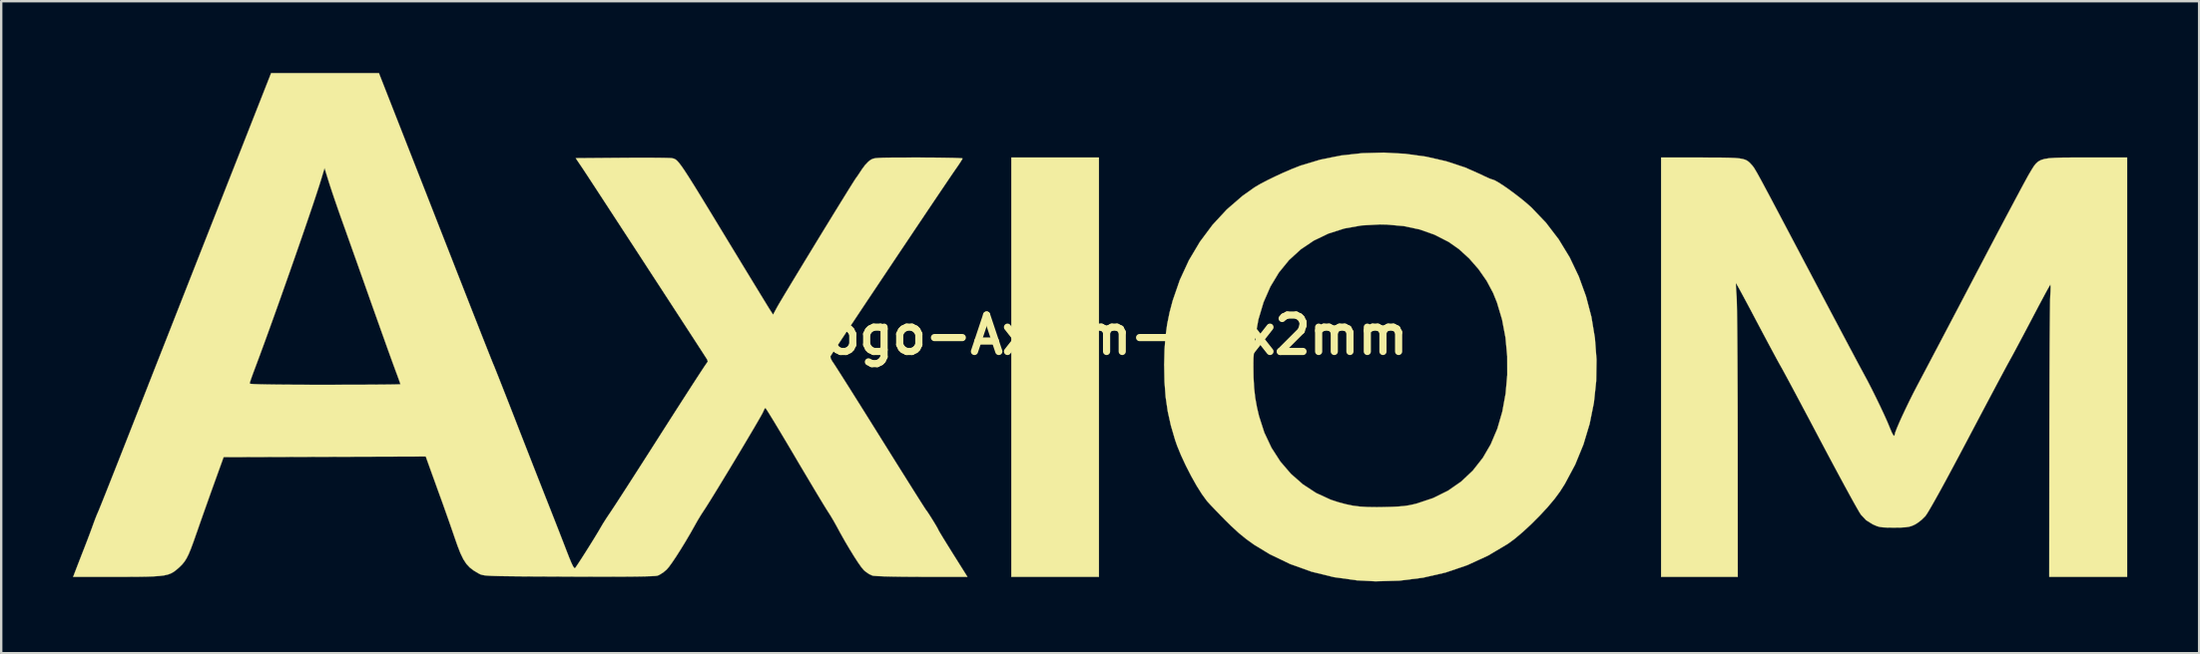
<source format=kicad_pcb>
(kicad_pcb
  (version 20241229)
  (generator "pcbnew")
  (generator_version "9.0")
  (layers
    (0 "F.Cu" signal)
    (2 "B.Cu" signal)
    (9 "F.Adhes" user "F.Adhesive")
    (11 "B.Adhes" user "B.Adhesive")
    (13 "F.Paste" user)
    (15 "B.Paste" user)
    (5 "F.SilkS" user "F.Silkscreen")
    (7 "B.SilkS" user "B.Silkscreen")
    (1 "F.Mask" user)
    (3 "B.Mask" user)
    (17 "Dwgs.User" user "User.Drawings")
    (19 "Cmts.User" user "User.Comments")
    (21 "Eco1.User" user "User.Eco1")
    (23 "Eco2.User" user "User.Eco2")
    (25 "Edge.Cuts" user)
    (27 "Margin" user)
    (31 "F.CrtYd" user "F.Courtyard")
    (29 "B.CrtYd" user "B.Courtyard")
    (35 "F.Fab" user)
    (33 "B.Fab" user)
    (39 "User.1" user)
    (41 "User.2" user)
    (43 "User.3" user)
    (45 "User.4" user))
  (footprint "logo-Axiom-87x2mm"
    (layer "F.Cu")
    (at 43.184 10.952)
    (property "Reference" "logo-Axiom-87x2mm" (at 0 0 0) (layer "F.SilkS") (effects (font (size 1.524 1.524) (thickness 0.3))))
    (attr through_hole)
    (fp_poly (pts (xy -0.356 10.109) (xy -4.013 10.109) (xy -4.013 -7.417) (xy -0.356 -7.417) (xy -0.356 10.109)) (stroke (width 0.01) (type solid)) (fill yes) (layer "F.SilkS"))
    (fp_poly (pts (xy 12.425 -7.574) (xy 13.3 -7.454) (xy 14.141 -7.262) (xy 14.936 -7) (xy 15.556 -6.725) (xy 15.753 -6.63) (xy 15.918 -6.555) (xy 16.029 -6.51) (xy 16.06 -6.502) (xy 16.153 -6.471) (xy 16.308 -6.386) (xy 16.51 -6.257) (xy 16.743 -6.096) (xy 16.993 -5.912) (xy 17.243 -5.719) (xy 17.479 -5.525) (xy 17.685 -5.344) (xy 17.699 -5.331) (xy 18.306 -4.695) (xy 18.839 -3.997) (xy 19.296 -3.246) (xy 19.676 -2.449) (xy 19.979 -1.615) (xy 20.205 -0.753) (xy 20.351 0.131) (xy 20.418 1.027) (xy 20.404 1.928) (xy 20.309 2.826) (xy 20.131 3.712) (xy 19.871 4.578) (xy 19.527 5.417) (xy 19.099 6.219) (xy 18.891 6.547) (xy 18.665 6.853) (xy 18.377 7.196) (xy 18.045 7.554) (xy 17.691 7.909) (xy 17.335 8.239) (xy 16.997 8.524) (xy 16.715 8.731) (xy 15.891 9.221) (xy 15.023 9.621) (xy 14.115 9.93) (xy 13.171 10.146) (xy 12.194 10.269) (xy 11.19 10.297) (xy 10.414 10.256) (xy 9.451 10.122) (xy 8.521 9.894) (xy 7.627 9.573) (xy 6.776 9.163) (xy 6.123 8.766) (xy 5.807 8.54) (xy 5.498 8.289) (xy 5.173 7.991) (xy 4.918 7.739) (xy 4.701 7.518) (xy 4.501 7.311) (xy 4.331 7.133) (xy 4.208 7) (xy 4.15 6.934) (xy 3.944 6.651) (xy 3.72 6.295) (xy 3.493 5.89) (xy 3.273 5.46) (xy 3.073 5.03) (xy 2.907 4.624) (xy 2.827 4.394) (xy 2.649 3.786) (xy 2.518 3.196) (xy 2.43 2.596) (xy 2.382 1.957) (xy 2.369 1.251) (xy 6.091 1.251) (xy 6.098 1.768) (xy 6.123 2.215) (xy 6.169 2.624) (xy 6.241 3.023) (xy 6.326 3.387) (xy 6.548 4.078) (xy 6.848 4.715) (xy 7.219 5.292) (xy 7.658 5.803) (xy 8.158 6.243) (xy 8.713 6.606) (xy 9.319 6.885) (xy 9.641 6.991) (xy 9.952 7.074) (xy 10.241 7.134) (xy 10.535 7.172) (xy 10.861 7.192) (xy 11.244 7.197) (xy 11.532 7.193) (xy 11.885 7.184) (xy 12.162 7.17) (xy 12.386 7.15) (xy 12.583 7.121) (xy 12.777 7.08) (xy 12.909 7.047) (xy 13.593 6.819) (xy 14.212 6.513) (xy 14.766 6.129) (xy 15.254 5.669) (xy 15.674 5.133) (xy 16.001 4.572) (xy 16.278 3.918) (xy 16.485 3.206) (xy 16.623 2.452) (xy 16.692 1.674) (xy 16.69 0.887) (xy 16.618 0.108) (xy 16.475 -0.647) (xy 16.262 -1.36) (xy 16.1 -1.761) (xy 15.831 -2.265) (xy 15.492 -2.752) (xy 15.101 -3.2) (xy 14.676 -3.588) (xy 14.244 -3.891) (xy 13.653 -4.193) (xy 13.033 -4.412) (xy 12.371 -4.552) (xy 11.655 -4.616) (xy 11.379 -4.622) (xy 10.608 -4.579) (xy 9.888 -4.451) (xy 9.224 -4.239) (xy 8.616 -3.947) (xy 8.068 -3.577) (xy 7.581 -3.131) (xy 7.159 -2.613) (xy 6.804 -2.025) (xy 6.517 -1.37) (xy 6.302 -0.65) (xy 6.161 0.132) (xy 6.095 0.974) (xy 6.091 1.251) (xy 2.369 1.251) (xy 2.369 1.251) (xy 2.369 1.219) (xy 2.384 0.606) (xy 2.424 0.062) (xy 2.493 -0.446) (xy 2.595 -0.947) (xy 2.723 -1.432) (xy 3.022 -2.3) (xy 3.402 -3.123) (xy 3.86 -3.894) (xy 4.389 -4.604) (xy 4.985 -5.248) (xy 5.641 -5.816) (xy 6.147 -6.174) (xy 6.37 -6.306) (xy 6.663 -6.46) (xy 7 -6.625) (xy 7.356 -6.789) (xy 7.704 -6.939) (xy 8.019 -7.063) (xy 8.077 -7.084) (xy 8.895 -7.33) (xy 9.753 -7.502) (xy 10.637 -7.599) (xy 11.533 -7.623) (xy 12.425 -7.574)) (stroke (width 0.01) (type solid)) (fill yes) (layer "F.SilkS"))
    (fp_poly (pts (xy 40.885 -7.417) (xy 42.57 -7.417) (xy 42.57 10.109) (xy 39.319 10.109) (xy 39.324 4.483) (xy 39.325 3.725) (xy 39.327 2.987) (xy 39.329 2.279) (xy 39.331 1.606) (xy 39.334 0.975) (xy 39.337 0.395) (xy 39.341 -0.127) (xy 39.345 -0.585) (xy 39.349 -0.971) (xy 39.353 -1.278) (xy 39.357 -1.499) (xy 39.362 -1.626) (xy 39.362 -1.634) (xy 39.373 -1.84) (xy 39.376 -1.999) (xy 39.37 -2.09) (xy 39.363 -2.104) (xy 39.332 -2.055) (xy 39.26 -1.928) (xy 39.153 -1.733) (xy 39.019 -1.482) (xy 38.861 -1.186) (xy 38.688 -0.856) (xy 38.632 -0.75) (xy 38.439 -0.382) (xy 38.247 -0.019) (xy 38.065 0.324) (xy 37.902 0.63) (xy 37.767 0.88) (xy 37.668 1.059) (xy 37.664 1.067) (xy 37.592 1.197) (xy 37.478 1.409) (xy 37.327 1.691) (xy 37.143 2.036) (xy 36.932 2.434) (xy 36.698 2.875) (xy 36.447 3.35) (xy 36.183 3.851) (xy 35.911 4.367) (xy 35.871 4.443) (xy 35.542 5.065) (xy 35.241 5.629) (xy 34.971 6.132) (xy 34.733 6.568) (xy 34.53 6.932) (xy 34.365 7.221) (xy 34.241 7.43) (xy 34.159 7.554) (xy 34.143 7.574) (xy 33.985 7.73) (xy 33.801 7.869) (xy 33.695 7.931) (xy 33.576 7.983) (xy 33.458 8.017) (xy 33.315 8.038) (xy 33.121 8.048) (xy 32.852 8.051) (xy 32.842 8.051) (xy 32.577 8.049) (xy 32.387 8.042) (xy 32.246 8.024) (xy 32.128 7.991) (xy 32.005 7.939) (xy 31.939 7.907) (xy 31.677 7.744) (xy 31.468 7.523) (xy 31.451 7.501) (xy 31.393 7.41) (xy 31.293 7.237) (xy 31.155 6.992) (xy 30.984 6.682) (xy 30.785 6.317) (xy 30.562 5.904) (xy 30.32 5.453) (xy 30.064 4.973) (xy 29.798 4.47) (xy 29.771 4.42) (xy 29.505 3.915) (xy 29.249 3.431) (xy 29.007 2.976) (xy 28.785 2.557) (xy 28.586 2.185) (xy 28.416 1.867) (xy 28.278 1.612) (xy 28.179 1.429) (xy 28.121 1.326) (xy 28.118 1.321) (xy 28.055 1.21) (xy 27.952 1.022) (xy 27.816 0.769) (xy 27.652 0.464) (xy 27.468 0.119) (xy 27.27 -0.254) (xy 27.101 -0.573) (xy 26.906 -0.944) (xy 26.725 -1.284) (xy 26.565 -1.583) (xy 26.431 -1.831) (xy 26.328 -2.019) (xy 26.261 -2.136) (xy 26.237 -2.174) (xy 26.235 -2.12) (xy 26.24 -1.987) (xy 26.252 -1.794) (xy 26.266 -1.6) (xy 26.272 -1.474) (xy 26.277 -1.254) (xy 26.283 -0.946) (xy 26.288 -0.56) (xy 26.293 -0.101) (xy 26.297 0.422) (xy 26.301 1.003) (xy 26.304 1.633) (xy 26.307 2.306) (xy 26.31 3.014) (xy 26.311 3.75) (xy 26.312 4.506) (xy 26.312 4.534) (xy 26.314 10.109) (xy 23.114 10.109) (xy 23.114 -7.417) (xy 24.767 -7.417) (xy 25.251 -7.416) (xy 25.644 -7.414) (xy 25.958 -7.408) (xy 26.204 -7.397) (xy 26.393 -7.379) (xy 26.536 -7.353) (xy 26.644 -7.318) (xy 26.728 -7.272) (xy 26.8 -7.213) (xy 26.87 -7.14) (xy 26.878 -7.131) (xy 26.906 -7.101) (xy 26.931 -7.072) (xy 26.958 -7.037) (xy 26.99 -6.992) (xy 27.028 -6.931) (xy 27.077 -6.848) (xy 27.14 -6.739) (xy 27.219 -6.596) (xy 27.317 -6.416) (xy 27.437 -6.192) (xy 27.583 -5.919) (xy 27.757 -5.591) (xy 27.962 -5.203) (xy 28.201 -4.75) (xy 28.478 -4.225) (xy 28.795 -3.624) (xy 29.155 -2.94) (xy 29.313 -2.642) (xy 29.622 -2.055) (xy 29.923 -1.484) (xy 30.212 -0.937) (xy 30.486 -0.42) (xy 30.739 0.058) (xy 30.967 0.488) (xy 31.167 0.864) (xy 31.333 1.177) (xy 31.463 1.419) (xy 31.551 1.582) (xy 31.575 1.626) (xy 31.735 1.924) (xy 31.911 2.267) (xy 32.092 2.632) (xy 32.269 2.998) (xy 32.43 3.343) (xy 32.565 3.644) (xy 32.663 3.88) (xy 32.67 3.899) (xy 32.747 4.081) (xy 32.809 4.191) (xy 32.852 4.221) (xy 32.868 4.164) (xy 32.868 4.162) (xy 32.89 4.073) (xy 32.953 3.908) (xy 33.049 3.682) (xy 33.172 3.408) (xy 33.316 3.101) (xy 33.474 2.774) (xy 33.639 2.442) (xy 33.806 2.12) (xy 33.866 2.007) (xy 33.967 1.815) (xy 34.111 1.543) (xy 34.292 1.199) (xy 34.506 0.792) (xy 34.749 0.331) (xy 35.014 -0.174) (xy 35.298 -0.715) (xy 35.596 -1.283) (xy 35.903 -1.869) (xy 36.214 -2.463) (xy 36.281 -2.591) (xy 36.586 -3.172) (xy 36.882 -3.736) (xy 37.166 -4.276) (xy 37.434 -4.783) (xy 37.682 -5.25) (xy 37.905 -5.669) (xy 38.098 -6.032) (xy 38.259 -6.331) (xy 38.383 -6.559) (xy 38.466 -6.707) (xy 38.484 -6.739) (xy 38.585 -6.909) (xy 38.672 -7.048) (xy 38.758 -7.159) (xy 38.853 -7.245) (xy 38.969 -7.31) (xy 39.116 -7.356) (xy 39.306 -7.386) (xy 39.55 -7.404) (xy 39.858 -7.414) (xy 40.243 -7.417) (xy 40.714 -7.417) (xy 40.885 -7.417)) (stroke (width 0.01) (type solid)) (fill yes) (layer "F.SilkS"))
    (fp_poly (pts (xy -29.54 -8.712) (xy -29.373 -8.286) (xy -29.175 -7.78) (xy -28.95 -7.207) (xy -28.705 -6.581) (xy -28.444 -5.916) (xy -28.174 -5.225) (xy -27.9 -4.524) (xy -27.626 -3.825) (xy -27.359 -3.144) (xy -27.183 -2.692) (xy -26.95 -2.099) (xy -26.727 -1.53) (xy -26.517 -0.993) (xy -26.321 -0.496) (xy -26.145 -0.047) (xy -25.989 0.348) (xy -25.857 0.681) (xy -25.753 0.944) (xy -25.679 1.129) (xy -25.637 1.231) (xy -25.631 1.245) (xy -25.598 1.323) (xy -25.533 1.486) (xy -25.439 1.722) (xy -25.321 2.022) (xy -25.182 2.375) (xy -25.027 2.77) (xy -24.86 3.197) (xy -24.74 3.505) (xy -24.546 4.005) (xy -24.342 4.527) (xy -24.136 5.054) (xy -23.936 5.565) (xy -23.749 6.042) (xy -23.582 6.466) (xy -23.444 6.819) (xy -23.418 6.883) (xy -23.262 7.279) (xy -23.098 7.696) (xy -22.936 8.11) (xy -22.786 8.495) (xy -22.658 8.825) (xy -22.599 8.98) (xy -22.478 9.289) (xy -22.386 9.511) (xy -22.317 9.656) (xy -22.268 9.732) (xy -22.234 9.749) (xy -22.223 9.742) (xy -22.172 9.672) (xy -22.079 9.533) (xy -21.955 9.342) (xy -21.81 9.115) (xy -21.656 8.871) (xy -21.504 8.627) (xy -21.364 8.399) (xy -21.247 8.206) (xy -21.164 8.063) (xy -21.155 8.047) (xy -21.06 7.886) (xy -20.93 7.681) (xy -20.789 7.469) (xy -20.753 7.417) (xy -20.681 7.308) (xy -20.559 7.123) (xy -20.393 6.868) (xy -20.189 6.552) (xy -19.951 6.183) (xy -19.686 5.77) (xy -19.398 5.321) (xy -19.093 4.844) (xy -18.776 4.347) (xy -18.647 4.144) (xy -18.333 3.652) (xy -18.034 3.184) (xy -17.754 2.748) (xy -17.499 2.351) (xy -17.272 1.999) (xy -17.078 1.701) (xy -16.923 1.463) (xy -16.81 1.292) (xy -16.745 1.197) (xy -16.731 1.179) (xy -16.685 1.109) (xy -16.708 1.029) (xy -16.728 0.998) (xy -16.815 0.862) (xy -16.95 0.653) (xy -17.128 0.378) (xy -17.343 0.047) (xy -17.591 -0.335) (xy -17.866 -0.759) (xy -18.164 -1.217) (xy -18.479 -1.702) (xy -18.806 -2.205) (xy -19.141 -2.719) (xy -19.477 -3.237) (xy -19.811 -3.75) (xy -20.138 -4.251) (xy -20.451 -4.732) (xy -20.746 -5.184) (xy -21.018 -5.602) (xy -21.262 -5.976) (xy -21.473 -6.299) (xy -21.645 -6.562) (xy -21.775 -6.76) (xy -21.856 -6.883) (xy -21.873 -6.909) (xy -22.198 -7.391) (xy -20.281 -7.406) (xy -19.843 -7.409) (xy -19.431 -7.41) (xy -19.059 -7.409) (xy -18.738 -7.407) (xy -18.481 -7.403) (xy -18.299 -7.398) (xy -18.207 -7.392) (xy -18.204 -7.392) (xy -18.151 -7.383) (xy -18.103 -7.371) (xy -18.056 -7.351) (xy -18.006 -7.318) (xy -17.949 -7.265) (xy -17.881 -7.187) (xy -17.798 -7.079) (xy -17.697 -6.935) (xy -17.574 -6.748) (xy -17.424 -6.514) (xy -17.244 -6.227) (xy -17.031 -5.881) (xy -16.78 -5.47) (xy -16.487 -4.989) (xy -16.149 -4.432) (xy -15.787 -3.835) (xy -15.5 -3.363) (xy -15.226 -2.911) (xy -14.969 -2.489) (xy -14.735 -2.105) (xy -14.529 -1.767) (xy -14.356 -1.484) (xy -14.221 -1.263) (xy -14.129 -1.114) (xy -14.087 -1.047) (xy -13.959 -0.849) (xy -13.798 -1.148) (xy -13.741 -1.249) (xy -13.638 -1.424) (xy -13.495 -1.664) (xy -13.318 -1.958) (xy -13.113 -2.298) (xy -12.885 -2.674) (xy -12.641 -3.077) (xy -12.385 -3.497) (xy -12.125 -3.925) (xy -11.865 -4.351) (xy -11.611 -4.765) (xy -11.37 -5.159) (xy -11.146 -5.522) (xy -10.946 -5.846) (xy -10.776 -6.121) (xy -10.641 -6.336) (xy -10.548 -6.484) (xy -10.501 -6.553) (xy -10.419 -6.668) (xy -10.313 -6.827) (xy -10.244 -6.932) (xy -10.123 -7.096) (xy -9.986 -7.24) (xy -9.911 -7.301) (xy -9.864 -7.331) (xy -9.816 -7.355) (xy -9.755 -7.375) (xy -9.672 -7.39) (xy -9.555 -7.4) (xy -9.394 -7.408) (xy -9.178 -7.413) (xy -8.897 -7.415) (xy -8.539 -7.416) (xy -8.095 -7.417) (xy -7.892 -7.417) (xy -7.47 -7.416) (xy -7.083 -7.413) (xy -6.74 -7.408) (xy -6.454 -7.403) (xy -6.236 -7.395) (xy -6.097 -7.387) (xy -6.048 -7.379) (xy -6.048 -7.379) (xy -6.077 -7.324) (xy -6.152 -7.205) (xy -6.261 -7.042) (xy -6.354 -6.909) (xy -6.443 -6.779) (xy -6.579 -6.58) (xy -6.756 -6.317) (xy -6.97 -6) (xy -7.216 -5.635) (xy -7.489 -5.229) (xy -7.784 -4.789) (xy -8.096 -4.324) (xy -8.42 -3.839) (xy -8.753 -3.343) (xy -9.087 -2.842) (xy -9.42 -2.343) (xy -9.746 -1.855) (xy -10.06 -1.385) (xy -10.357 -0.938) (xy -10.632 -0.524) (xy -10.882 -0.148) (xy -11.1 0.181) (xy -11.282 0.456) (xy -11.423 0.671) (xy -11.519 0.818) (xy -11.563 0.889) (xy -11.566 0.895) (xy -11.555 0.977) (xy -11.494 1.095) (xy -11.468 1.131) (xy -11.421 1.201) (xy -11.324 1.35) (xy -11.184 1.57) (xy -11.003 1.855) (xy -10.788 2.195) (xy -10.543 2.585) (xy -10.272 3.017) (xy -9.981 3.482) (xy -9.673 3.975) (xy -9.475 4.293) (xy -9.163 4.793) (xy -8.866 5.269) (xy -8.589 5.711) (xy -8.336 6.114) (xy -8.112 6.471) (xy -7.921 6.774) (xy -7.767 7.017) (xy -7.655 7.192) (xy -7.589 7.293) (xy -7.574 7.315) (xy -7.533 7.368) (xy -7.457 7.482) (xy -7.36 7.634) (xy -7.257 7.8) (xy -7.163 7.956) (xy -7.093 8.078) (xy -7.062 8.141) (xy -7.061 8.144) (xy -7.035 8.193) (xy -6.963 8.316) (xy -6.852 8.499) (xy -6.709 8.731) (xy -6.543 8.998) (xy -6.454 9.141) (xy -5.846 10.109) (xy -7.736 10.109) (xy -8.21 10.107) (xy -8.643 10.103) (xy -9.024 10.097) (xy -9.342 10.089) (xy -9.588 10.079) (xy -9.75 10.067) (xy -9.809 10.058) (xy -9.955 9.991) (xy -10.114 9.879) (xy -10.176 9.822) (xy -10.276 9.702) (xy -10.413 9.507) (xy -10.578 9.252) (xy -10.762 8.953) (xy -10.956 8.625) (xy -11.149 8.282) (xy -11.301 8.001) (xy -11.424 7.78) (xy -11.561 7.549) (xy -11.678 7.366) (xy -11.742 7.265) (xy -11.852 7.086) (xy -12.001 6.84) (xy -12.183 6.537) (xy -12.391 6.188) (xy -12.62 5.803) (xy -12.864 5.393) (xy -13.055 5.067) (xy -13.298 4.656) (xy -13.526 4.273) (xy -13.734 3.926) (xy -13.915 3.625) (xy -14.066 3.378) (xy -14.181 3.194) (xy -14.254 3.081) (xy -14.28 3.048) (xy -14.319 3.091) (xy -14.367 3.194) (xy -14.37 3.204) (xy -14.406 3.276) (xy -14.489 3.425) (xy -14.612 3.638) (xy -14.768 3.906) (xy -14.952 4.217) (xy -15.155 4.56) (xy -15.373 4.925) (xy -15.598 5.3) (xy -15.824 5.675) (xy -16.045 6.039) (xy -16.253 6.381) (xy -16.443 6.691) (xy -16.608 6.957) (xy -16.741 7.168) (xy -16.835 7.314) (xy -16.852 7.339) (xy -16.97 7.52) (xy -17.103 7.74) (xy -17.207 7.923) (xy -17.401 8.269) (xy -17.604 8.615) (xy -17.805 8.944) (xy -17.995 9.244) (xy -18.165 9.498) (xy -18.305 9.691) (xy -18.401 9.804) (xy -18.551 9.93) (xy -18.711 10.029) (xy -18.789 10.061) (xy -18.88 10.073) (xy -19.063 10.083) (xy -19.341 10.091) (xy -19.714 10.097) (xy -20.183 10.101) (xy -20.75 10.103) (xy -21.416 10.103) (xy -22.181 10.101) (xy -22.504 10.099) (xy -23.188 10.096) (xy -23.778 10.093) (xy -24.281 10.091) (xy -24.705 10.087) (xy -25.057 10.083) (xy -25.345 10.079) (xy -25.576 10.073) (xy -25.758 10.066) (xy -25.897 10.057) (xy -26.002 10.047) (xy -26.08 10.034) (xy -26.138 10.019) (xy -26.185 10.002) (xy -26.226 9.982) (xy -26.244 9.972) (xy -26.451 9.85) (xy -26.621 9.72) (xy -26.764 9.566) (xy -26.89 9.373) (xy -27.011 9.124) (xy -27.135 8.805) (xy -27.247 8.484) (xy -27.341 8.209) (xy -27.459 7.869) (xy -27.591 7.495) (xy -27.725 7.116) (xy -27.836 6.807) (xy -27.955 6.481) (xy -28.07 6.16) (xy -28.176 5.868) (xy -28.263 5.626) (xy -28.324 5.456) (xy -28.327 5.448) (xy -28.459 5.079) (xy -32.679 5.092) (xy -36.899 5.105) (xy -37.302 6.223) (xy -37.443 6.616) (xy -37.596 7.048) (xy -37.751 7.485) (xy -37.895 7.894) (xy -38.016 8.244) (xy -38.025 8.267) (xy -38.156 8.642) (xy -38.265 8.936) (xy -38.359 9.163) (xy -38.447 9.338) (xy -38.535 9.477) (xy -38.632 9.595) (xy -38.745 9.707) (xy -38.796 9.752) (xy -38.899 9.839) (xy -38.998 9.911) (xy -39.105 9.969) (xy -39.229 10.014) (xy -39.381 10.049) (xy -39.573 10.073) (xy -39.816 10.09) (xy -40.119 10.101) (xy -40.495 10.107) (xy -40.953 10.109) (xy -41.36 10.109) (xy -43.179 10.109) (xy -43.058 9.792) (xy -42.99 9.616) (xy -42.898 9.378) (xy -42.794 9.11) (xy -42.698 8.865) (xy -42.594 8.595) (xy -42.491 8.323) (xy -42.402 8.082) (xy -42.343 7.918) (xy -42.269 7.717) (xy -42.195 7.528) (xy -42.142 7.406) (xy -42.109 7.328) (xy -42.043 7.165) (xy -41.946 6.925) (xy -41.822 6.615) (xy -41.675 6.244) (xy -41.508 5.822) (xy -41.324 5.356) (xy -41.127 4.855) (xy -40.919 4.327) (xy -40.864 4.187) (xy -40.525 3.324) (xy -40.151 2.372) (xy -40.017 2.03) (xy -35.814 2.03) (xy -35.768 2.043) (xy -35.628 2.053) (xy -35.393 2.062) (xy -35.062 2.069) (xy -34.634 2.075) (xy -34.109 2.079) (xy -33.484 2.082) (xy -32.759 2.083) (xy -32.664 2.083) (xy -32.109 2.082) (xy -31.585 2.081) (xy -31.101 2.08) (xy -30.665 2.078) (xy -30.286 2.075) (xy -29.974 2.072) (xy -29.735 2.068) (xy -29.58 2.064) (xy -29.516 2.06) (xy -29.515 2.06) (xy -29.532 2.006) (xy -29.578 1.876) (xy -29.646 1.688) (xy -29.731 1.46) (xy -29.748 1.412) (xy -29.813 1.237) (xy -29.906 0.979) (xy -30.025 0.651) (xy -30.163 0.263) (xy -30.318 -0.171) (xy -30.484 -0.638) (xy -30.658 -1.126) (xy -30.834 -1.623) (xy -30.835 -1.626) (xy -31.014 -2.134) (xy -31.194 -2.642) (xy -31.369 -3.136) (xy -31.535 -3.603) (xy -31.686 -4.029) (xy -31.817 -4.399) (xy -31.925 -4.7) (xy -31.997 -4.902) (xy -32.115 -5.237) (xy -32.238 -5.594) (xy -32.355 -5.939) (xy -32.454 -6.239) (xy -32.496 -6.371) (xy -32.685 -6.977) (xy -32.829 -6.498) (xy -32.911 -6.236) (xy -33.024 -5.89) (xy -33.163 -5.47) (xy -33.326 -4.989) (xy -33.508 -4.456) (xy -33.705 -3.884) (xy -33.914 -3.283) (xy -34.13 -2.665) (xy -34.35 -2.041) (xy -34.569 -1.421) (xy -34.784 -0.818) (xy -34.991 -0.242) (xy -35.186 0.296) (xy -35.365 0.784) (xy -35.524 1.212) (xy -35.588 1.383) (xy -35.674 1.614) (xy -35.745 1.812) (xy -35.794 1.957) (xy -35.814 2.028) (xy -35.814 2.03) (xy -40.017 2.03) (xy -39.744 1.334) (xy -39.304 0.216) (xy -38.835 -0.978) (xy -38.338 -2.243) (xy -37.814 -3.575) (xy -37.266 -4.968) (xy -36.696 -6.419) (xy -36.104 -7.921) (xy -35.823 -8.636) (xy -34.914 -10.947) (xy -30.416 -10.947) (xy -29.54 -8.712)) (stroke (width 0.01) (type solid)) (fill yes) (layer "F.SilkS")))
  (gr_rect
    (start -3 -3)
    (end 88.76 24.255)
    (stroke (width 0.1) (type default))
    (fill no)
    (layer "Edge.Cuts")))
</source>
